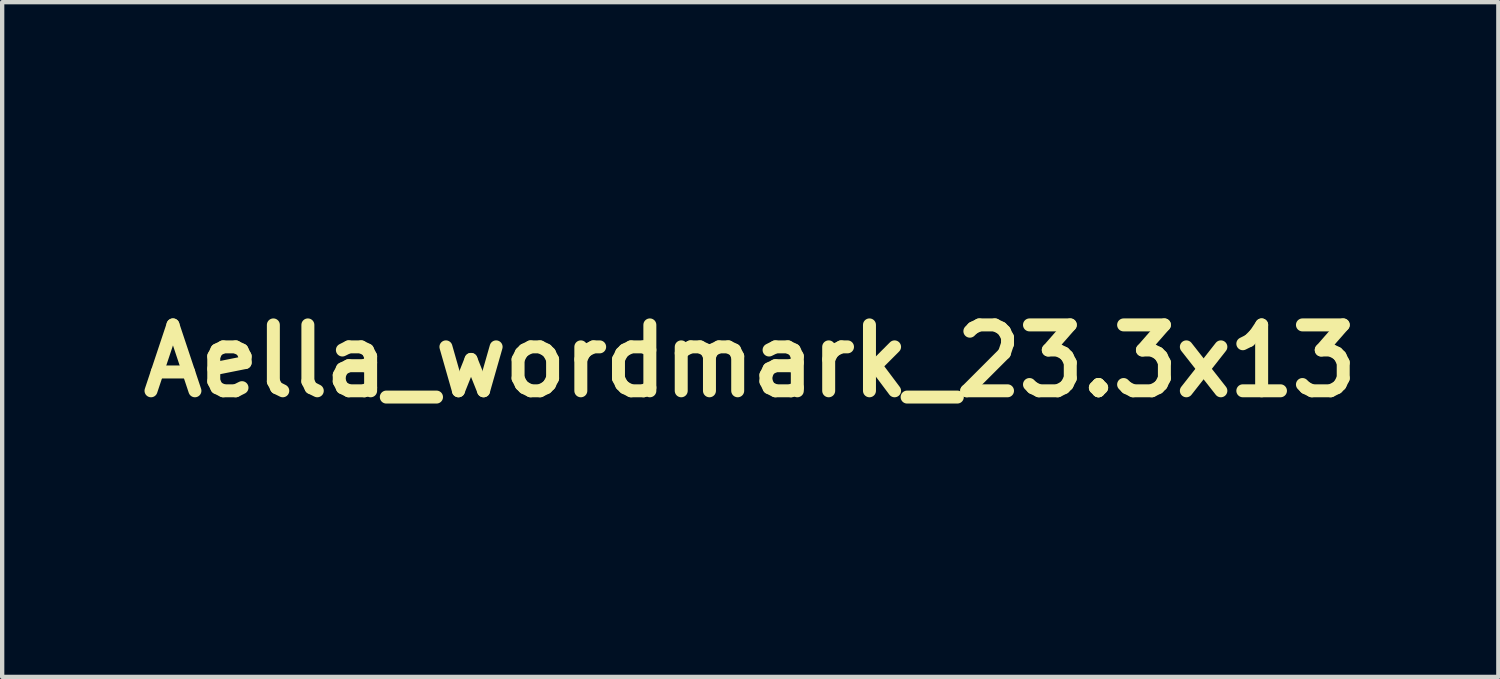
<source format=kicad_pcb>
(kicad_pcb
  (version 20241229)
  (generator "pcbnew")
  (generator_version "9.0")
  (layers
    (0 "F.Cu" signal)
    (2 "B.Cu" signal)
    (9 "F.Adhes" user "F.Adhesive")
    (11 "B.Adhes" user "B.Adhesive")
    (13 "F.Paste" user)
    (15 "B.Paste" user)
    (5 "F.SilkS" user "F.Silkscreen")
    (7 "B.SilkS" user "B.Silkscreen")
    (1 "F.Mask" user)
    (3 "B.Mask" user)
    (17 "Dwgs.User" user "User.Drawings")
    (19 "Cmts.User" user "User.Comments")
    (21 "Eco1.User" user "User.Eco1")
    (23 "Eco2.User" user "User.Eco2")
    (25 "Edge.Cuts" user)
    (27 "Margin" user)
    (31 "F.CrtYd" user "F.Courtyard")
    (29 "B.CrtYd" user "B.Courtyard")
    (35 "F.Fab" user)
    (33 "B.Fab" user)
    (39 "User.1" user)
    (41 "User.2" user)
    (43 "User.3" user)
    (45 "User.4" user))
  (footprint "Aella_wordmark_23.3x13"
    (layer "F.Cu")
    (at 14.304 5.3)
    (property "Reference" "Aella_wordmark_23.3x13" (at 0 0 0) (layer "F.SilkS") (effects (font (size 1.524 1.524) (thickness 0.3))))
    (attr through_hole)
    (fp_poly (pts (xy -10.175 -0.866) (xy -10.162 -0.83) (xy -10.3 -0.816) (xy -10.442 -0.832) (xy -10.425 -0.866) (xy -10.22 -0.879)) (stroke (width 0) (type solid)) (fill yes) (layer "F.Mask"))
    (fp_poly (pts (xy -4.625 -1.669) (xy -4.594 -1.64) (xy -4.732 -1.624) (xy -4.8 -1.623) (xy -4.982 -1.634) (xy -5.003 -1.66) (xy -4.975 -1.669) (xy -4.721 -1.684)) (stroke (width 0) (type solid)) (fill yes) (layer "F.Mask"))
    (fp_poly (pts (xy 8.898 -0.528) (xy 8.9 -0.499) (xy 8.819 -0.39) (xy 8.607 -0.223) (xy 8.313 -0.029) (xy 7.987 0.161) (xy 7.677 0.317) (xy 7.51 0.384) (xy 7.225 0.474) (xy 7.124 0.485) (xy 7.206 0.417) (xy 7.45 0.283) (xy 7.776 0.089) (xy 8.133 -0.158) (xy 8.267 -0.262) (xy 8.602 -0.507) (xy 8.813 -0.595)) (stroke (width 0) (type solid)) (fill yes) (layer "F.Mask"))
    (fp_poly (pts (xy -3.417 -1.194) (xy -3.241 -1.11) (xy -3.2 -1.007) (xy -3.291 -0.789) (xy -3.536 -0.556) (xy -3.898 -0.345) (xy -3.996 -0.302) (xy -4.238 -0.124) (xy -4.295 0.114) (xy -4.162 0.385) (xy -4.135 0.417) (xy -4.027 0.553) (xy -4.06 0.597) (xy -4.127 0.6) (xy -4.325 0.533) (xy -4.436 0.449) (xy -4.62 0.137) (xy -4.651 -0.238) (xy -4.537 -0.619) (xy -4.288 -0.949) (xy -4.229 -0.998) (xy -3.97 -1.138) (xy -3.68 -1.203)) (stroke (width 0) (type solid)) (fill yes) (layer "F.Mask"))
    (fp_poly (pts (xy -5.487 -5.262) (xy -5.319 -5.133) (xy -5.304 -5.107) (xy -5.247 -4.886) (xy -5.215 -4.518) (xy -5.207 -4.051) (xy -5.223 -3.536) (xy -5.261 -3.023) (xy -5.322 -2.563) (xy -5.339 -2.472) (xy -5.404 -2.108) (xy -5.422 -1.89) (xy -5.391 -1.771) (xy -5.311 -1.7) (xy -5.31 -1.7) (xy -5.203 -1.625) (xy -5.277 -1.604) (xy -5.317 -1.603) (xy -5.384 -1.586) (xy -5.445 -1.523) (xy -5.505 -1.391) (xy -5.57 -1.168) (xy -5.646 -0.832) (xy -5.738 -0.36) (xy -5.853 0.271) (xy -5.955 0.852) (xy -6.079 1.639) (xy -6.167 2.373) (xy -6.219 3.023) (xy -6.231 3.556) (xy -6.201 3.942) (xy -6.168 4.075) (xy -6.157 4.25) (xy -6.252 4.307) (xy -6.394 4.24) (xy -6.496 4.107) (xy -6.575 3.825) (xy -6.608 3.372) (xy -6.598 2.774) (xy -6.547 2.054) (xy -6.457 1.236) (xy -6.328 0.346) (xy -6.164 -0.594) (xy -6.155 -0.643) (xy -6.09 -1.017) (xy -6.051 -1.309) (xy -6.044 -1.468) (xy -6.049 -1.483) (xy -6.163 -1.491) (xy -6.42 -1.471) (xy -6.766 -1.43) (xy -7.148 -1.377) (xy -7.511 -1.319) (xy -7.802 -1.263) (xy -7.968 -1.218) (xy -7.979 -1.212) (xy -8.047 -1.099) (xy -8.164 -0.834) (xy -8.313 -0.456) (xy -8.479 -0.003) (xy -8.498 0.05) (xy -8.703 0.611) (xy -8.933 1.2) (xy -9.155 1.74) (xy -9.307 2.082) (xy -9.498 2.48) (xy -9.638 2.725) (xy -9.751 2.849) (xy -9.863 2.886) (xy -9.922 2.882) (xy -10.048 2.848) (xy -10.113 2.759) (xy -10.133 2.565) (xy -10.126 2.25) (xy -10.122 2.219) (xy -9.781 2.219) (xy -9.74 2.23) (xy -9.718 2.2) (xy -9.651 2.058) (xy -9.528 1.765) (xy -9.364 1.357) (xy -9.173 0.87) (xy -9.062 0.583) (xy -8.869 0.074) (xy -8.705 -0.373) (xy -8.582 -0.722) (xy -8.511 -0.94) (xy -8.5 -0.992) (xy -8.585 -1.075) (xy -8.736 -1.1) (xy -8.836 -1.086) (xy -8.92 -1.022) (xy -9.002 -0.879) (xy -9.096 -0.627) (xy -9.216 -0.234) (xy -9.333 0.175) (xy -9.496 0.773) (xy -9.626 1.299) (xy -9.72 1.731) (xy -9.773 2.045) (xy -9.781 2.219) (xy -10.122 2.219) (xy -10.09 1.917) (xy -10.011 1.453) (xy -9.9 0.919) (xy -9.769 0.377) (xy -9.769 0.375) (xy -9.436 -0.9) (xy -9.693 -0.912) (xy -9.851 -0.926) (xy -9.82 -0.954) (xy -9.75 -0.972) (xy -9.54 -1.05) (xy -9.391 -1.19) (xy -9.271 -1.438) (xy -9.158 -1.802) (xy -9.046 -2.147) (xy -8.943 -2.334) (xy -8.824 -2.398) (xy -8.795 -2.4) (xy -8.666 -2.387) (xy -8.614 -2.32) (xy -8.636 -2.158) (xy -8.729 -1.859) (xy -8.761 -1.762) (xy -8.859 -1.441) (xy -8.866 -1.27) (xy -8.772 -1.219) (xy -8.58 -1.252) (xy -8.352 -1.402) (xy -8.32 -1.463) (xy -7.899 -1.463) (xy -7.868 -1.402) (xy -7.72 -1.418) (xy -7.429 -1.46) (xy -7.05 -1.518) (xy -6.918 -1.539) (xy -6.526 -1.611) (xy -6.212 -1.685) (xy -6.026 -1.746) (xy -6.002 -1.762) (xy -5.938 -1.915) (xy -5.864 -2.22) (xy -5.788 -2.632) (xy -5.716 -3.105) (xy -5.656 -3.591) (xy -5.615 -4.044) (xy -5.6 -4.419) (xy -5.6 -4.421) (xy -5.624 -4.868) (xy -5.7 -5.125) (xy -5.836 -5.196) (xy -6.038 -5.086) (xy -6.266 -4.853) (xy -6.45 -4.602) (xy -6.667 -4.246) (xy -6.904 -3.817) (xy -7.145 -3.345) (xy -7.375 -2.863) (xy -7.58 -2.402) (xy -7.746 -1.994) (xy -7.857 -1.671) (xy -7.899 -1.463) (xy -8.32 -1.463) (xy -8.206 -1.681) (xy -8.037 -2.112) (xy -7.809 -2.624) (xy -7.545 -3.172) (xy -7.266 -3.713) (xy -6.995 -4.205) (xy -6.755 -4.604) (xy -6.568 -4.866) (xy -6.553 -4.883) (xy -6.304 -5.134) (xy -6.096 -5.259) (xy -5.859 -5.299) (xy -5.792 -5.3)) (stroke (width 0) (type solid)) (fill yes) (layer "F.Mask"))
    (fp_poly (pts (xy 3.991 -5.18) (xy 4.235 -5.139) (xy 4.344 -5.034) (xy 4.38 -4.844) (xy 4.342 -4.582) (xy 4.202 -4.183) (xy 3.972 -3.672) (xy 3.665 -3.077) (xy 3.294 -2.422) (xy 2.873 -1.735) (xy 2.689 -1.45) (xy 1.967 -0.35) (xy 1.962 0.45) (xy 1.99 1.03) (xy 2.085 1.431) (xy 2.251 1.653) (xy 2.488 1.695) (xy 2.801 1.557) (xy 3.191 1.239) (xy 3.662 0.74) (xy 4.1 0.208) (xy 4.38 -0.13) (xy 4.569 -0.335) (xy 5.423 -0.335) (xy 5.451 -0.329) (xy 5.598 -0.457) (xy 5.636 -0.492) (xy 5.798 -0.661) (xy 5.86 -0.768) (xy 5.856 -0.777) (xy 5.741 -0.773) (xy 5.589 -0.63) (xy 5.487 -0.469) (xy 5.423 -0.335) (xy 4.569 -0.335) (xy 4.627 -0.399) (xy 4.81 -0.564) (xy 4.882 -0.6) (xy 5.058 -0.674) (xy 5.148 -0.764) (xy 5.302 -0.858) (xy 5.587 -0.948) (xy 5.932 -1.021) (xy 6.268 -1.065) (xy 6.526 -1.067) (xy 6.612 -1.043) (xy 6.654 -0.918) (xy 6.656 -0.664) (xy 6.64 -0.494) (xy 6.618 -0.124) (xy 6.679 0.138) (xy 6.74 0.248) (xy 6.825 0.422) (xy 6.807 0.5) (xy 6.802 0.5) (xy 6.631 0.42) (xy 6.448 0.233) (xy 6.322 0.016) (xy 6.3 -0.088) (xy 6.216 -0.265) (xy 6.106 -0.327) (xy 5.957 -0.311) (xy 5.778 -0.169) (xy 5.538 0.123) (xy 5.529 0.135) (xy 5.301 0.409) (xy 5.09 0.609) (xy 4.96 0.684) (xy 4.755 0.644) (xy 4.647 0.469) (xy 4.661 0.27) (xy 4.621 0.258) (xy 4.469 0.369) (xy 4.23 0.581) (xy 4.033 0.773) (xy 3.48 1.268) (xy 2.974 1.609) (xy 2.528 1.789) (xy 2.153 1.804) (xy 1.863 1.649) (xy 1.861 1.647) (xy 1.695 1.375) (xy 1.571 0.963) (xy 1.507 0.471) (xy 1.501 0.27) (xy 1.5 -0.21) (xy 1.009 0.38) (xy 0.528 0.895) (xy 0.04 1.307) (xy -0.431 1.603) (xy -0.862 1.771) (xy -1.229 1.8) (xy -1.508 1.676) (xy -1.528 1.658) (xy -1.705 1.373) (xy -1.832 0.948) (xy -1.895 0.44) (xy -1.899 0.274) (xy -1.9 -0.202) (xy -2.425 0.143) (xy -2.757 0.341) (xy -3.072 0.493) (xy -3.25 0.553) (xy -3.412 0.583) (xy -3.419 0.559) (xy -3.26 0.468) (xy -3.15 0.41) (xy -2.824 0.208) (xy -2.481 -0.052) (xy -2.369 -0.149) (xy -2.138 -0.349) (xy -1.962 -0.476) (xy -1.906 -0.5) (xy -1.845 -0.589) (xy -1.782 -0.817) (xy -1.754 -0.975) (xy -1.674 -1.356) (xy -1.197 -1.356) (xy -1.152 -1.323) (xy -1.03 -1.445) (xy -0.846 -1.699) (xy -0.614 -2.061) (xy -0.348 -2.509) (xy -0.065 -3.02) (xy 0.203 -3.534) (xy 0.479 -4.115) (xy 0.642 -4.547) (xy 0.697 -4.842) (xy 0.646 -5.014) (xy 0.61 -5.044) (xy 0.485 -5.013) (xy 0.297 -4.84) (xy 0.075 -4.561) (xy -0.152 -4.211) (xy -0.353 -3.835) (xy -0.528 -3.435) (xy -0.712 -2.968) (xy -0.886 -2.483) (xy -1.036 -2.027) (xy -1.144 -1.648) (xy -1.196 -1.394) (xy -1.197 -1.356) (xy -1.674 -1.356) (xy -1.62 -1.617) (xy -1.404 -2.324) (xy -1.129 -3.044) (xy -0.816 -3.727) (xy -0.487 -4.319) (xy -0.163 -4.771) (xy -0.131 -4.808) (xy 0.106 -5.047) (xy 0.296 -5.161) (xy 0.509 -5.185) (xy 0.591 -5.18) (xy 0.835 -5.139) (xy 0.944 -5.034) (xy 0.98 -4.844) (xy 0.942 -4.582) (xy 0.802 -4.183) (xy 0.572 -3.672) (xy 0.265 -3.077) (xy -0.106 -2.422) (xy -0.527 -1.735) (xy -0.711 -1.45) (xy -1.433 -0.35) (xy -1.438 0.45) (xy -1.41 1.03) (xy -1.315 1.431) (xy -1.149 1.653) (xy -0.912 1.695) (xy -0.599 1.557) (xy -0.209 1.239) (xy 0.262 0.74) (xy 0.7 0.208) (xy 0.977 -0.13) (xy 1.217 -0.398) (xy 1.391 -0.563) (xy 1.455 -0.6) (xy 1.535 -0.69) (xy 1.624 -0.926) (xy 1.695 -1.218) (xy 1.73 -1.356) (xy 2.203 -1.356) (xy 2.248 -1.323) (xy 2.37 -1.445) (xy 2.554 -1.699) (xy 2.786 -2.061) (xy 3.052 -2.509) (xy 3.335 -3.02) (xy 3.603 -3.534) (xy 3.879 -4.115) (xy 4.042 -4.547) (xy 4.097 -4.842) (xy 4.046 -5.014) (xy 4.01 -5.044) (xy 3.885 -5.013) (xy 3.697 -4.84) (xy 3.475 -4.561) (xy 3.248 -4.211) (xy 3.047 -3.835) (xy 2.872 -3.435) (xy 2.688 -2.968) (xy 2.514 -2.483) (xy 2.364 -2.027) (xy 2.256 -1.648) (xy 2.204 -1.394) (xy 2.203 -1.356) (xy 1.73 -1.356) (xy 1.885 -1.981) (xy 2.149 -2.759) (xy 2.465 -3.502) (xy 2.811 -4.161) (xy 3.165 -4.685) (xy 3.269 -4.808) (xy 3.506 -5.047) (xy 3.696 -5.161) (xy 3.909 -5.185)) (stroke (width 0) (type solid)) (fill yes) (layer "F.Mask")))
  (gr_rect
    (start -3 -3)
    (end 31.608 12.607)
    (stroke (width 0.1) (type default))
    (fill no)
    (layer "Edge.Cuts")))
</source>
